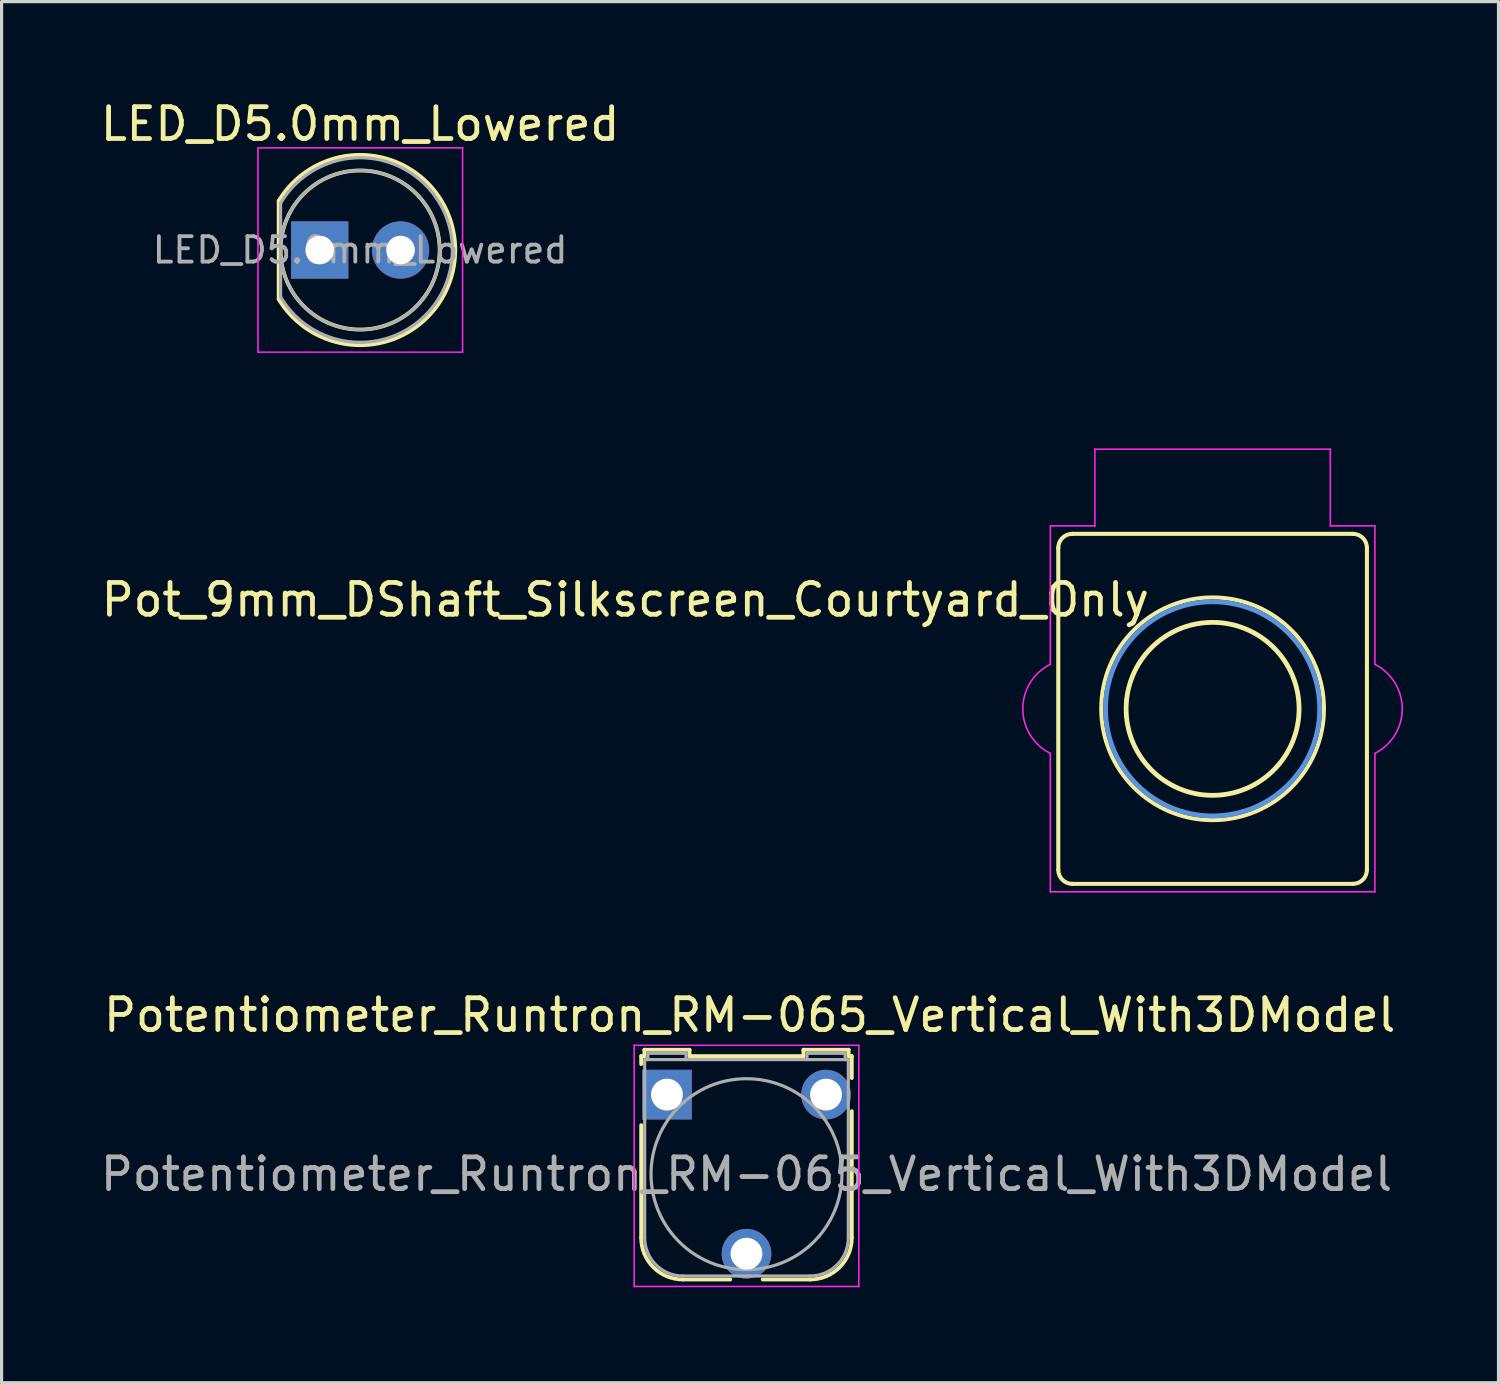
<source format=kicad_pcb>
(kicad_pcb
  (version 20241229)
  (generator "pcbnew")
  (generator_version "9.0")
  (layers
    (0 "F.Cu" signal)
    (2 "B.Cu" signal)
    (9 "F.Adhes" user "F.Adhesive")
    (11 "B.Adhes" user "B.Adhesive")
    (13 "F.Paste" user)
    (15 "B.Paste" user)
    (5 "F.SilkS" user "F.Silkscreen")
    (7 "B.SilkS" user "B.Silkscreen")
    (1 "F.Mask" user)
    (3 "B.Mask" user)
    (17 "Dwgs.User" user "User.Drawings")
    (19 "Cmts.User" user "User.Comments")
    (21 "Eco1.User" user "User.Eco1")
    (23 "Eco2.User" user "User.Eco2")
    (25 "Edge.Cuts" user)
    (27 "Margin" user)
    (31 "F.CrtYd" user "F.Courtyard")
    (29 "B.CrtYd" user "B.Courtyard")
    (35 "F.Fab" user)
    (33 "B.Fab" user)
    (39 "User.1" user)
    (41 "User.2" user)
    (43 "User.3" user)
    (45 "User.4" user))
  (footprint "LED_D5.0mm_Lowered"
    (layer "F.Cu")
    (at 6.998 4.808)
    (property "Reference" "LED_D5.0mm_Lowered" (at 1.27 -3.96 0) (layer "F.SilkS") (effects (font (size 1 1) (thickness 0.15))))
    (attr through_hole)
    (fp_line (start -1.29 -1.545) (end -1.29 1.545) (stroke (width 0.12) (type solid)) (layer "F.SilkS"))
    (fp_arc (start -1.29 -1.54483) (mid 2.071756 -2.880501) (end 4.26 -0.000048) (stroke (width 0.12) (type solid)) (layer "F.SilkS"))
    (fp_arc (start 4.26 0.000048) (mid 2.071756 2.880501) (end -1.29 1.54483) (stroke (width 0.12) (type solid)) (layer "F.SilkS"))
    (fp_circle (center 1.27 0) (end 3.77 0) (stroke (width 0.12) (type solid)) (fill no) (layer "F.SilkS"))
    (fp_line (start -1.94 -3.21) (end -1.94 3.21) (stroke (width 0.05) (type solid)) (layer "F.CrtYd"))
    (fp_line (start -1.94 3.21) (end 4.49 3.21) (stroke (width 0.05) (type solid)) (layer "F.CrtYd"))
    (fp_line (start 4.49 -3.21) (end -1.94 -3.21) (stroke (width 0.05) (type solid)) (layer "F.CrtYd"))
    (fp_line (start 4.49 3.21) (end 4.49 -3.21) (stroke (width 0.05) (type solid)) (layer "F.CrtYd"))
    (fp_line (start -1.23 -1.47) (end -1.23 1.47) (stroke (width 0.1) (type solid)) (layer "F.Fab"))
    (fp_arc (start -1.23 -1.469694) (mid 4.17 -0.000045) (end -1.229954 1.469772) (stroke (width 0.1) (type solid)) (layer "F.Fab"))
    (fp_circle (center 1.27 0) (end 3.77 0) (stroke (width 0.1) (type solid)) (fill no) (layer "F.Fab"))
    (fp_text user "${REFERENCE}" (at 1.27 0 0) (layer "F.Fab") (effects (font (size 0.8 0.8) (thickness 0.12))))
    (pad "1" thru_hole rect (at 0 0) (size 1.8 1.8) (drill 0.9) (layers "*.Cu" "*.Mask"))
    (pad "2" thru_hole circle (at 2.54 0) (size 1.8 1.8) (drill 0.9) (layers "*.Cu" "*.Mask")))
  (footprint "Potentiometer_Runtron_RM-065_Vertical_With3DModel"
    (layer "F.Cu")
    (at 17.911 31.352)
    (property "Reference" "Potentiometer_Runtron_RM-065_Vertical_With3DModel" (at 2.6 -2.5 0) (layer "F.SilkS") (effects (font (size 1 1) (thickness 0.15))))
    (attr through_hole)
    (fp_line (start -0.81 -1.21) (end -0.81 -0.96) (stroke (width 0.12) (type solid)) (layer "F.SilkS"))
    (fp_line (start -0.81 4.5) (end -0.81 0.96) (stroke (width 0.12) (type solid)) (layer "F.SilkS"))
    (fp_line (start -0.71 -1.41) (end -0.71 -1.21) (stroke (width 0.12) (type solid)) (layer "F.SilkS"))
    (fp_line (start -0.71 -1.41) (end 0.71 -1.41) (stroke (width 0.12) (type solid)) (layer "F.SilkS"))
    (fp_line (start -0.71 -1.21) (end -0.81 -1.21) (stroke (width 0.12) (type solid)) (layer "F.SilkS"))
    (fp_line (start 0.71 -1.21) (end 0.71 -1.41) (stroke (width 0.12) (type solid)) (layer "F.SilkS"))
    (fp_line (start 0.71 -1.21) (end 4.29 -1.21) (stroke (width 0.12) (type solid)) (layer "F.SilkS"))
    (fp_line (start 1.99 5.81) (end 0.5 5.81) (stroke (width 0.12) (type solid)) (layer "F.SilkS"))
    (fp_line (start 4.29 -1.41) (end 5.71 -1.41) (stroke (width 0.12) (type solid)) (layer "F.SilkS"))
    (fp_line (start 4.29 -1.21) (end 4.29 -1.41) (stroke (width 0.12) (type solid)) (layer "F.SilkS"))
    (fp_line (start 4.5 5.81) (end 3.01 5.81) (stroke (width 0.12) (type solid)) (layer "F.SilkS"))
    (fp_line (start 5.71 -1.41) (end 5.71 -1.21) (stroke (width 0.12) (type solid)) (layer "F.SilkS"))
    (fp_line (start 5.71 -1.21) (end 5.81 -1.21) (stroke (width 0.12) (type solid)) (layer "F.SilkS"))
    (fp_line (start 5.81 -1.21) (end 5.81 -0.52) (stroke (width 0.12) (type solid)) (layer "F.SilkS"))
    (fp_line (start 5.81 0.52) (end 5.81 4.5) (stroke (width 0.12) (type solid)) (layer "F.SilkS"))
    (fp_arc (start 0.5 5.81) (mid -0.42631 5.42631) (end -0.81 4.5) (stroke (width 0.12) (type solid)) (layer "F.SilkS"))
    (fp_arc (start 5.81 4.5) (mid 5.42631 5.42631) (end 4.5 5.81) (stroke (width 0.12) (type solid)) (layer "F.SilkS"))
    (fp_line (start -1.03 -1.55) (end -1.03 6.03) (stroke (width 0.05) (type solid)) (layer "F.CrtYd"))
    (fp_line (start -1.03 -1.55) (end 6.03 -1.55) (stroke (width 0.05) (type solid)) (layer "F.CrtYd"))
    (fp_line (start 6.03 6.03) (end -1.03 6.03) (stroke (width 0.05) (type solid)) (layer "F.CrtYd"))
    (fp_line (start 6.03 6.03) (end 6.03 -1.55) (stroke (width 0.05) (type solid)) (layer "F.CrtYd"))
    (fp_line (start -0.7 4.5) (end -0.7 -1.1) (stroke (width 0.1) (type solid)) (layer "F.Fab"))
    (fp_line (start -0.6 -1.3) (end 0.6 -1.3) (stroke (width 0.1) (type solid)) (layer "F.Fab"))
    (fp_line (start -0.6 -1.1) (end -0.6 -1.3) (stroke (width 0.1) (type solid)) (layer "F.Fab"))
    (fp_line (start 0.5 5.7) (end 4.5 5.7) (stroke (width 0.1) (type solid)) (layer "F.Fab"))
    (fp_line (start 0.6 -1.3) (end 0.6 -1.1) (stroke (width 0.1) (type solid)) (layer "F.Fab"))
    (fp_line (start 4.4 -1.3) (end 4.4 -1.1) (stroke (width 0.1) (type solid)) (layer "F.Fab"))
    (fp_line (start 5.6 -1.3) (end 4.41 -1.3) (stroke (width 0.1) (type solid)) (layer "F.Fab"))
    (fp_line (start 5.6 -1.1) (end 5.6 -1.3) (stroke (width 0.1) (type solid)) (layer "F.Fab"))
    (fp_line (start 5.7 -1.1) (end -0.7 -1.1) (stroke (width 0.1) (type solid)) (layer "F.Fab"))
    (fp_line (start 5.7 4.5) (end 5.7 -1.1) (stroke (width 0.1) (type solid)) (layer "F.Fab"))
    (fp_arc (start 0.5 5.7) (mid -0.348528 5.348528) (end -0.7 4.5) (stroke (width 0.1) (type solid)) (layer "F.Fab"))
    (fp_arc (start 5.7 4.5) (mid 5.348528 5.348528) (end 4.5 5.7) (stroke (width 0.1) (type solid)) (layer "F.Fab"))
    (fp_circle (center 2.5 2.5) (end 5.5 2.5) (stroke (width 0.1) (type solid)) (fill no) (layer "F.Fab"))
    (fp_text user "${REFERENCE}" (at 2.5 2.5 0) (layer "F.Fab") (effects (font (size 1 1) (thickness 0.15))))
    (pad "1" thru_hole rect (at 0 0) (size 1.56 1.56) (drill 1) (layers "*.Cu" "*.Mask"))
    (pad "2" thru_hole circle (at 2.5 5) (size 1.56 1.56) (drill 1) (layers "*.Cu" "*.Mask"))
    (pad "3" thru_hole circle (at 5 0) (size 1.56 1.56) (drill 1) (layers "*.Cu" "*.Mask")))
  (footprint "Pot_9mm_DShaft_Silkscreen_Courtyard_Only"
    (layer "F.Cu")
    (at 35.06 19.228)
    (property "Reference" "Pot_9mm_DShaft_Silkscreen_Courtyard_Only" (at -1.905 -4.013 180) (layer "F.SilkS") (effects (font (size 1 1) (thickness 0.15)) (justify right top)))
    (attr through_hole)
    (fp_line (start -4.85 -5.06) (end -4.85 5.06) (stroke (width 0.127) (type solid)) (layer "F.SilkS"))
    (fp_line (start -4.41 5.5) (end 4.41 5.5) (stroke (width 0.127) (type solid)) (layer "F.SilkS"))
    (fp_line (start 4.41 -5.5) (end -4.41 -5.5) (stroke (width 0.127) (type solid)) (layer "F.SilkS"))
    (fp_line (start 4.85 5.06) (end 4.85 -5.06) (stroke (width 0.127) (type solid)) (layer "F.SilkS"))
    (fp_arc (start -4.849887 -5.050018) (mid -4.724637 -5.367578) (end -4.41 -5.5) (stroke (width 0.127) (type solid)) (layer "F.SilkS"))
    (fp_arc (start -4.400018 5.499886) (mid -4.717578 5.374636) (end -4.850001 5.06) (stroke (width 0.127) (type solid)) (layer "F.SilkS"))
    (fp_arc (start 1.651 -2.159) (mid -1.651 2.159) (end 1.651 -2.159) (stroke (width 0.15) (type solid)) (layer "F.SilkS"))
    (fp_arc (start 4.400018 -5.499886) (mid 4.717578 -5.374636) (end 4.850001 -5.06) (stroke (width 0.127) (type solid)) (layer "F.SilkS"))
    (fp_arc (start 4.849887 5.050018) (mid 4.724637 5.367578) (end 4.41 5.5) (stroke (width 0.127) (type solid)) (layer "F.SilkS"))
    (fp_circle (center -0.000163 -0.002) (end -3.5 -0.002) (stroke (width 0.127) (type solid)) (fill no) (layer "F.SilkS"))
    (fp_circle (center 0 0) (end -3.365 -0.000001) (stroke (width 0.15) (type solid)) (fill no) (layer "Cmts.User"))
    (fp_line (start -5.1 -5.75) (end -5.1 -1.4) (stroke (width 0.05) (type solid)) (layer "F.CrtYd"))
    (fp_line (start -5.1 1.4) (end -5.1 5.75) (stroke (width 0.05) (type solid)) (layer "F.CrtYd"))
    (fp_line (start -5.1 5.75) (end 5.1 5.75) (stroke (width 0.05) (type solid)) (layer "F.CrtYd"))
    (fp_line (start -3.7 -8.16) (end -3.7 -5.75) (stroke (width 0.05) (type solid)) (layer "F.CrtYd"))
    (fp_line (start -3.7 -5.75) (end -5.1 -5.75) (stroke (width 0.05) (type solid)) (layer "F.CrtYd"))
    (fp_line (start 3.7 -8.16) (end -3.7 -8.16) (stroke (width 0.05) (type solid)) (layer "F.CrtYd"))
    (fp_line (start 3.7 -5.75) (end 3.7 -8.16) (stroke (width 0.05) (type solid)) (layer "F.CrtYd"))
    (fp_line (start 5.1 -5.75) (end 3.7 -5.75) (stroke (width 0.05) (type solid)) (layer "F.CrtYd"))
    (fp_line (start 5.1 -1.4) (end 5.1 -5.75) (stroke (width 0.05) (type solid)) (layer "F.CrtYd"))
    (fp_line (start 5.1 5.75) (end 5.1 1.4) (stroke (width 0.05) (type solid)) (layer "F.CrtYd"))
    (fp_arc (start -5.099265 1.400369) (mid -5.965248 0.000412) (end -5.1 -1.4) (stroke (width 0.05) (type solid)) (layer "F.CrtYd"))
    (fp_arc (start 5.104054 -1.397935) (mid 5.959741 0.002274) (end 5.099999 1.399999) (stroke (width 0.05) (type solid)) (layer "F.CrtYd")))
  (gr_rect
    (start -3 -3)
    (end 44.045 40.407)
    (stroke (width 0.1) (type default))
    (fill no)
    (layer "Edge.Cuts")))
</source>
